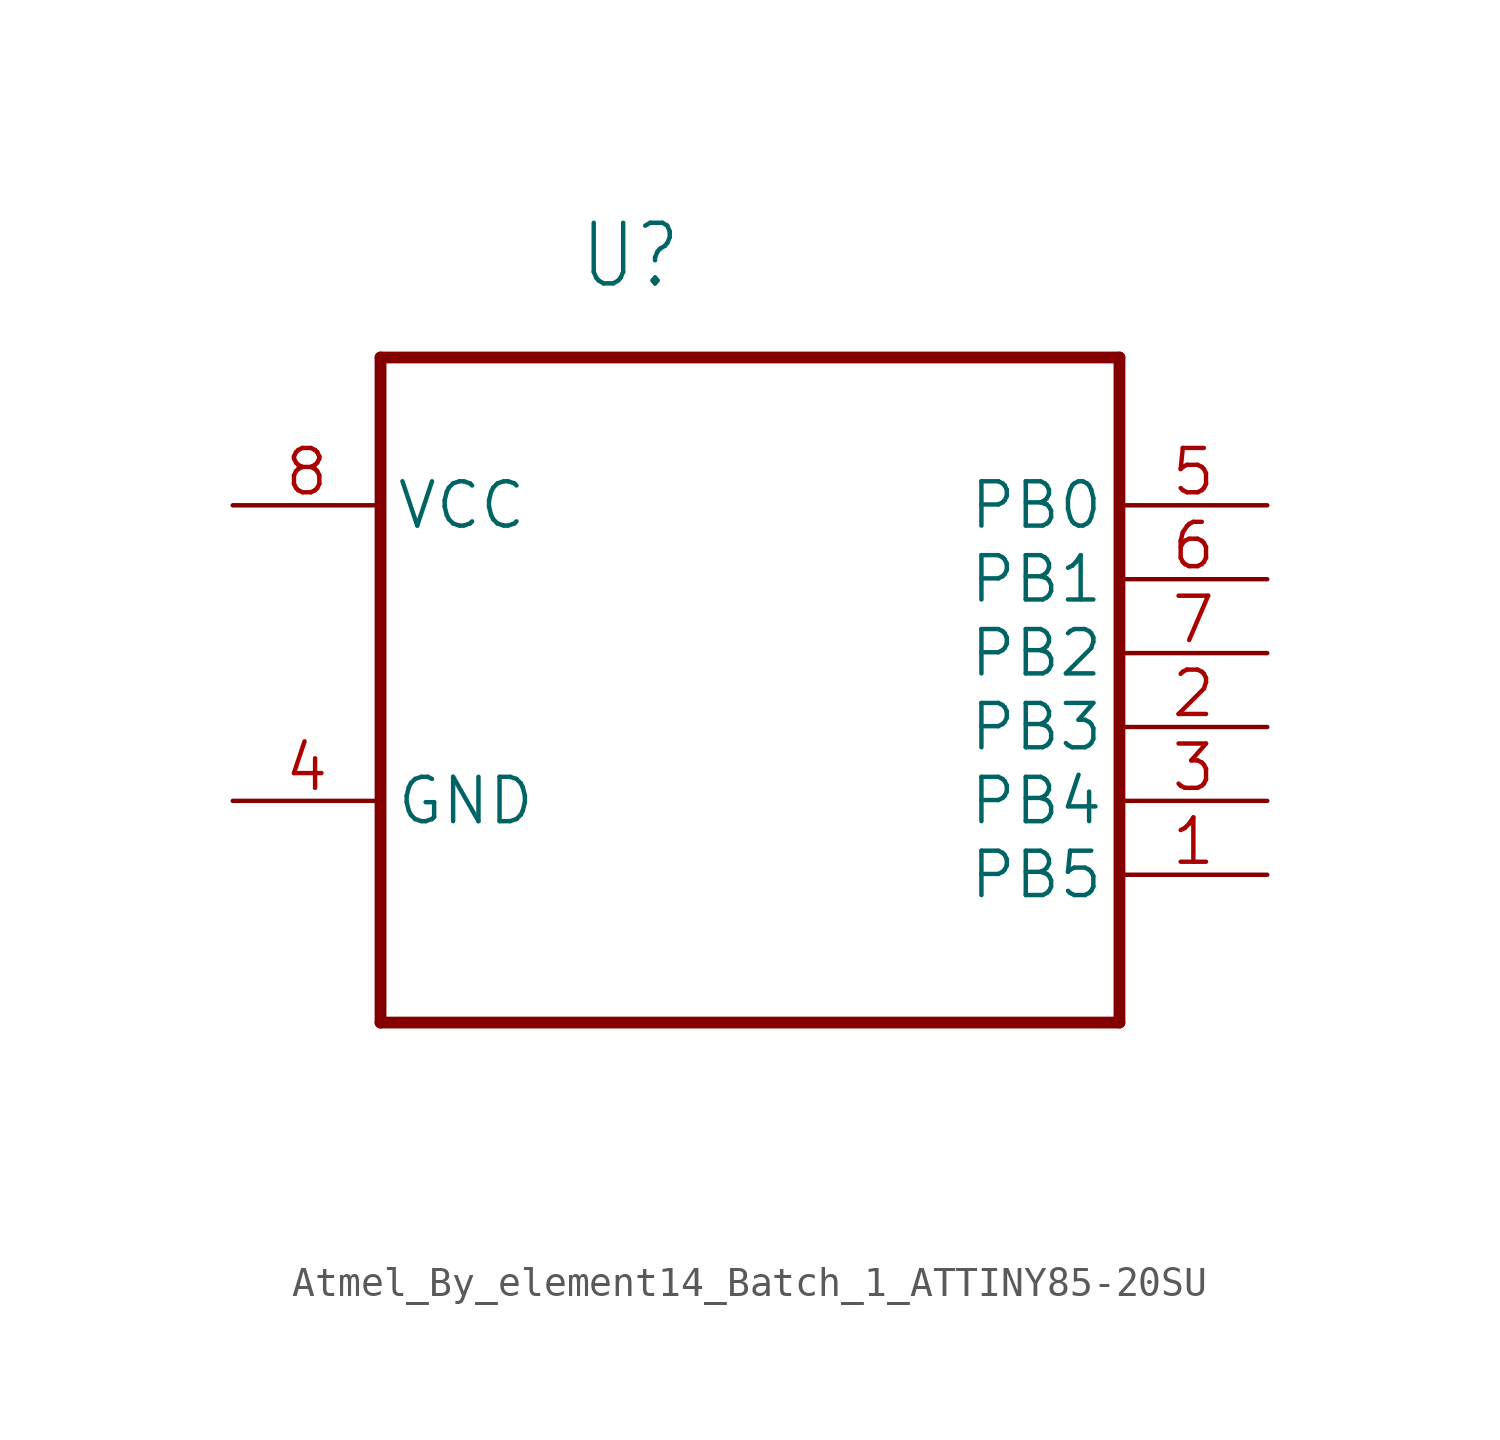
<source format=kicad_sym>
(kicad_symbol_lib
  (version 20241209)
  (generator "kicad_symbol_editor")
  (generator_version "9.0")
  (symbol "Atmel_By_element14_Batch_1_ATTINY85-20SU"
    (property "Reference" "U"
      (at -5.893 9.906 0)
      (effects (font (size 2.083 1.77)) (justify left bottom)))
    (property "Value" ""
      (at -3.404 -19.939 0)
      (effects (font (size 2.083 1.77)) (justify left bottom)))
    (property "ki_locked" ""
      (at 0 0 0)
      (effects (font (size 1.27 1.27))))
    (symbol "Atmel_By_element14_Batch_1_ATTINY85-20SU_1_0"
      (polyline (pts (xy -12.7 7.62) (xy -12.7 -15.24)) (stroke (width 0.406) (type solid)) (fill (type none)))
      (polyline (pts (xy -12.7 -15.24) (xy 12.7 -15.24)) (stroke (width 0.406) (type solid)) (fill (type none)))
      (polyline (pts (xy 12.7 7.62) (xy -12.7 7.62)) (stroke (width 0.406) (type solid)) (fill (type none)))
      (polyline (pts (xy 12.7 -15.24) (xy 12.7 7.62)) (stroke (width 0.406) (type solid)) (fill (type none)))
      (pin power_in line (at -17.78 2.54 0) (length 5.08) (name "VCC" (effects (font (size 1.524 1.524)))) (number "8" (effects (font (size 1.524 1.524)))))
      (pin passive line (at -17.78 -7.62 0) (length 5.08) (name "GND" (effects (font (size 1.524 1.524)))) (number "4" (effects (font (size 1.524 1.524)))))
      (pin bidirectional line (at 17.78 2.54 180) (length 5.08) (name "PB0" (effects (font (size 1.524 1.524)))) (number "5" (effects (font (size 1.524 1.524)))))
      (pin bidirectional line (at 17.78 0 180) (length 5.08) (name "PB1" (effects (font (size 1.524 1.524)))) (number "6" (effects (font (size 1.524 1.524)))))
      (pin bidirectional line (at 17.78 -2.54 180) (length 5.08) (name "PB2" (effects (font (size 1.524 1.524)))) (number "7" (effects (font (size 1.524 1.524)))))
      (pin bidirectional line (at 17.78 -5.08 180) (length 5.08) (name "PB3" (effects (font (size 1.524 1.524)))) (number "2" (effects (font (size 1.524 1.524)))))
      (pin bidirectional line (at 17.78 -7.62 180) (length 5.08) (name "PB4" (effects (font (size 1.524 1.524)))) (number "3" (effects (font (size 1.524 1.524)))))
      (pin bidirectional line (at 17.78 -10.16 180) (length 5.08) (name "PB5" (effects (font (size 1.524 1.524)))) (number "1" (effects (font (size 1.524 1.524))))))))
</source>
